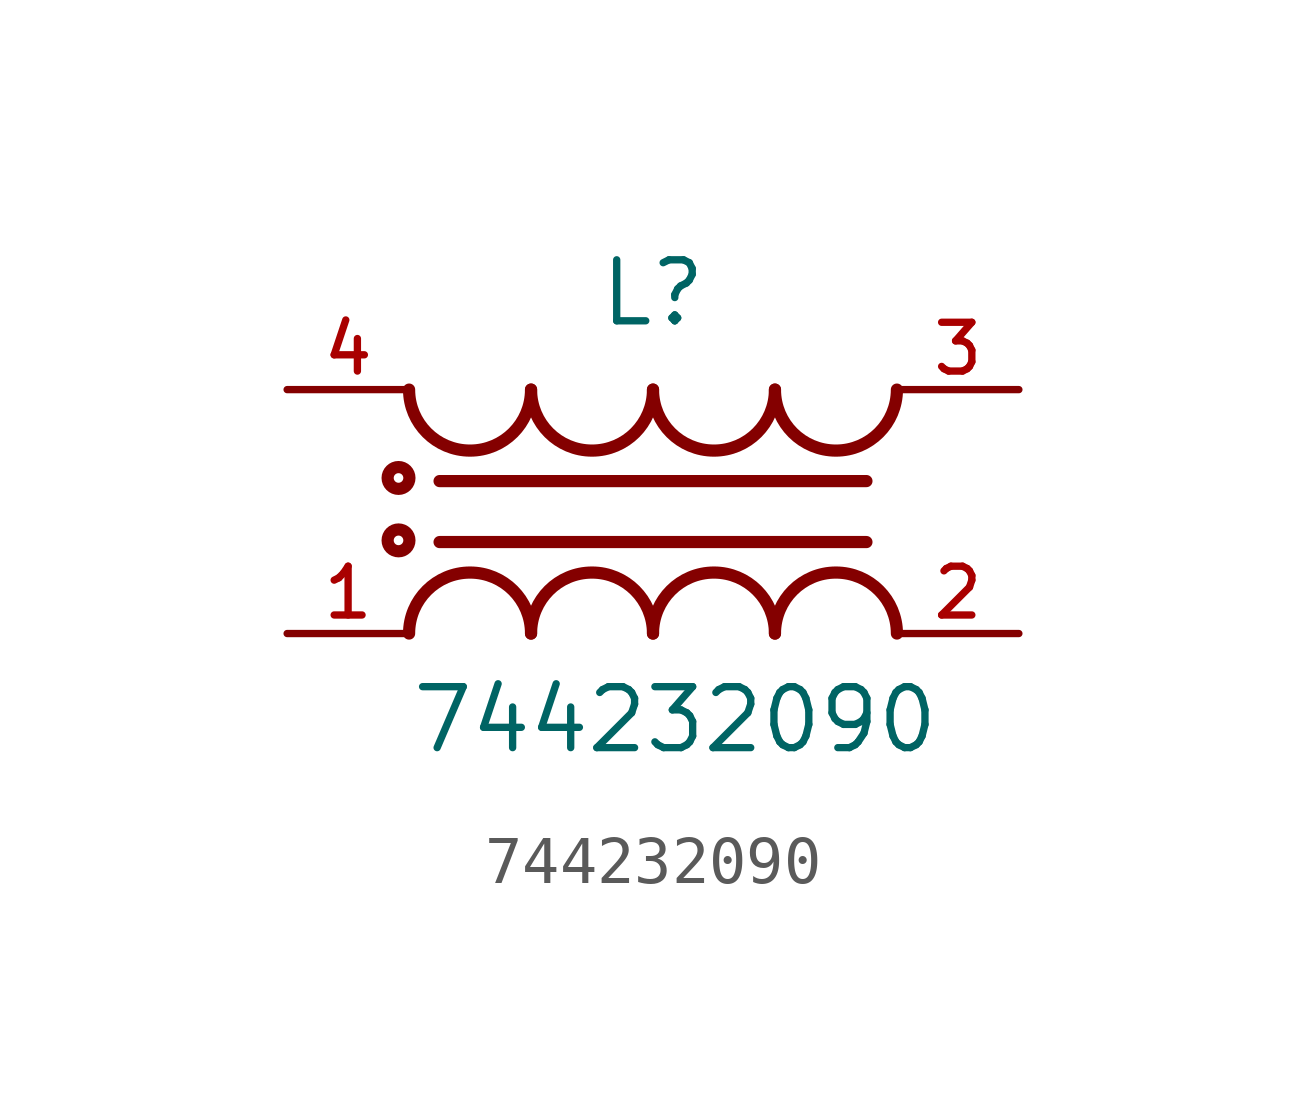
<source format=kicad_sym>
(kicad_symbol_lib
  (version 20231120)
  (generator "kicad_symbol_editor")
  (generator_version "8.0")
  (symbol "744232090"
    (pin_names
      (offset 1.016))
    (property "Reference" "L"
      (at 0 3.81 0)
      (effects (font (size 1.27 1.27)) (justify bottom)))
    (property "Value" "744232090"
      (at -5.08 -5.08 0)
      (effects (font (size 1.27 1.27)) (justify left bottom)))
    (symbol "744232090_0_0"
      (circle (center -5.3 -0.6) (radius 0.1) (stroke (width 0.254) (type default)) (fill (type none)))
      (circle (center -5.3 0.7) (radius 0.1) (stroke (width 0.254) (type default)) (fill (type none)))
      (arc (start -5.08 2.54) (mid -3.81 1.2755) (end -2.54 2.54) (stroke (width 0.254) (type default)) (fill (type none)))
      (arc (start -2.54 -2.54) (mid -3.81 -1.2755) (end -5.08 -2.54) (stroke (width 0.254) (type default)) (fill (type none)))
      (arc (start -2.54 2.54) (mid -1.27 1.2755) (end 0 2.54) (stroke (width 0.254) (type default)) (fill (type none)))
      (arc (start 0 -2.54) (mid -1.27 -1.2755) (end -2.54 -2.54) (stroke (width 0.254) (type default)) (fill (type none)))
      (polyline (pts (xy -4.445 -0.635) (xy 4.445 -0.635)) (stroke (width 0.254) (type default)) (fill (type none)))
      (polyline (pts (xy -4.445 0.635) (xy 4.445 0.635)) (stroke (width 0.254) (type default)) (fill (type none)))
      (arc (start 0 2.54) (mid 1.27 1.2755) (end 2.54 2.54) (stroke (width 0.254) (type default)) (fill (type none)))
      (arc (start 2.54 -2.54) (mid 1.27 -1.2755) (end 0 -2.54) (stroke (width 0.254) (type default)) (fill (type none)))
      (arc (start 2.54 2.54) (mid 3.81 1.2755) (end 5.08 2.54) (stroke (width 0.254) (type default)) (fill (type none)))
      (arc (start 5.08 -2.54) (mid 3.81 -1.2755) (end 2.54 -2.54) (stroke (width 0.254) (type default)) (fill (type none)))
      (pin passive line (at -7.62 -2.54 0) (length 2.54) (name "~" (effects (font (size 1.016 1.016)))) (number "1" (effects (font (size 1.016 1.016)))))
      (pin passive line (at 7.62 -2.54 180) (length 2.54) (name "~" (effects (font (size 1.016 1.016)))) (number "2" (effects (font (size 1.016 1.016)))))
      (pin passive line (at 7.62 2.54 180) (length 2.54) (name "~" (effects (font (size 1.016 1.016)))) (number "3" (effects (font (size 1.016 1.016)))))
      (pin passive line (at -7.62 2.54 0) (length 2.54) (name "~" (effects (font (size 1.016 1.016)))) (number "4" (effects (font (size 1.016 1.016))))))))
</source>
